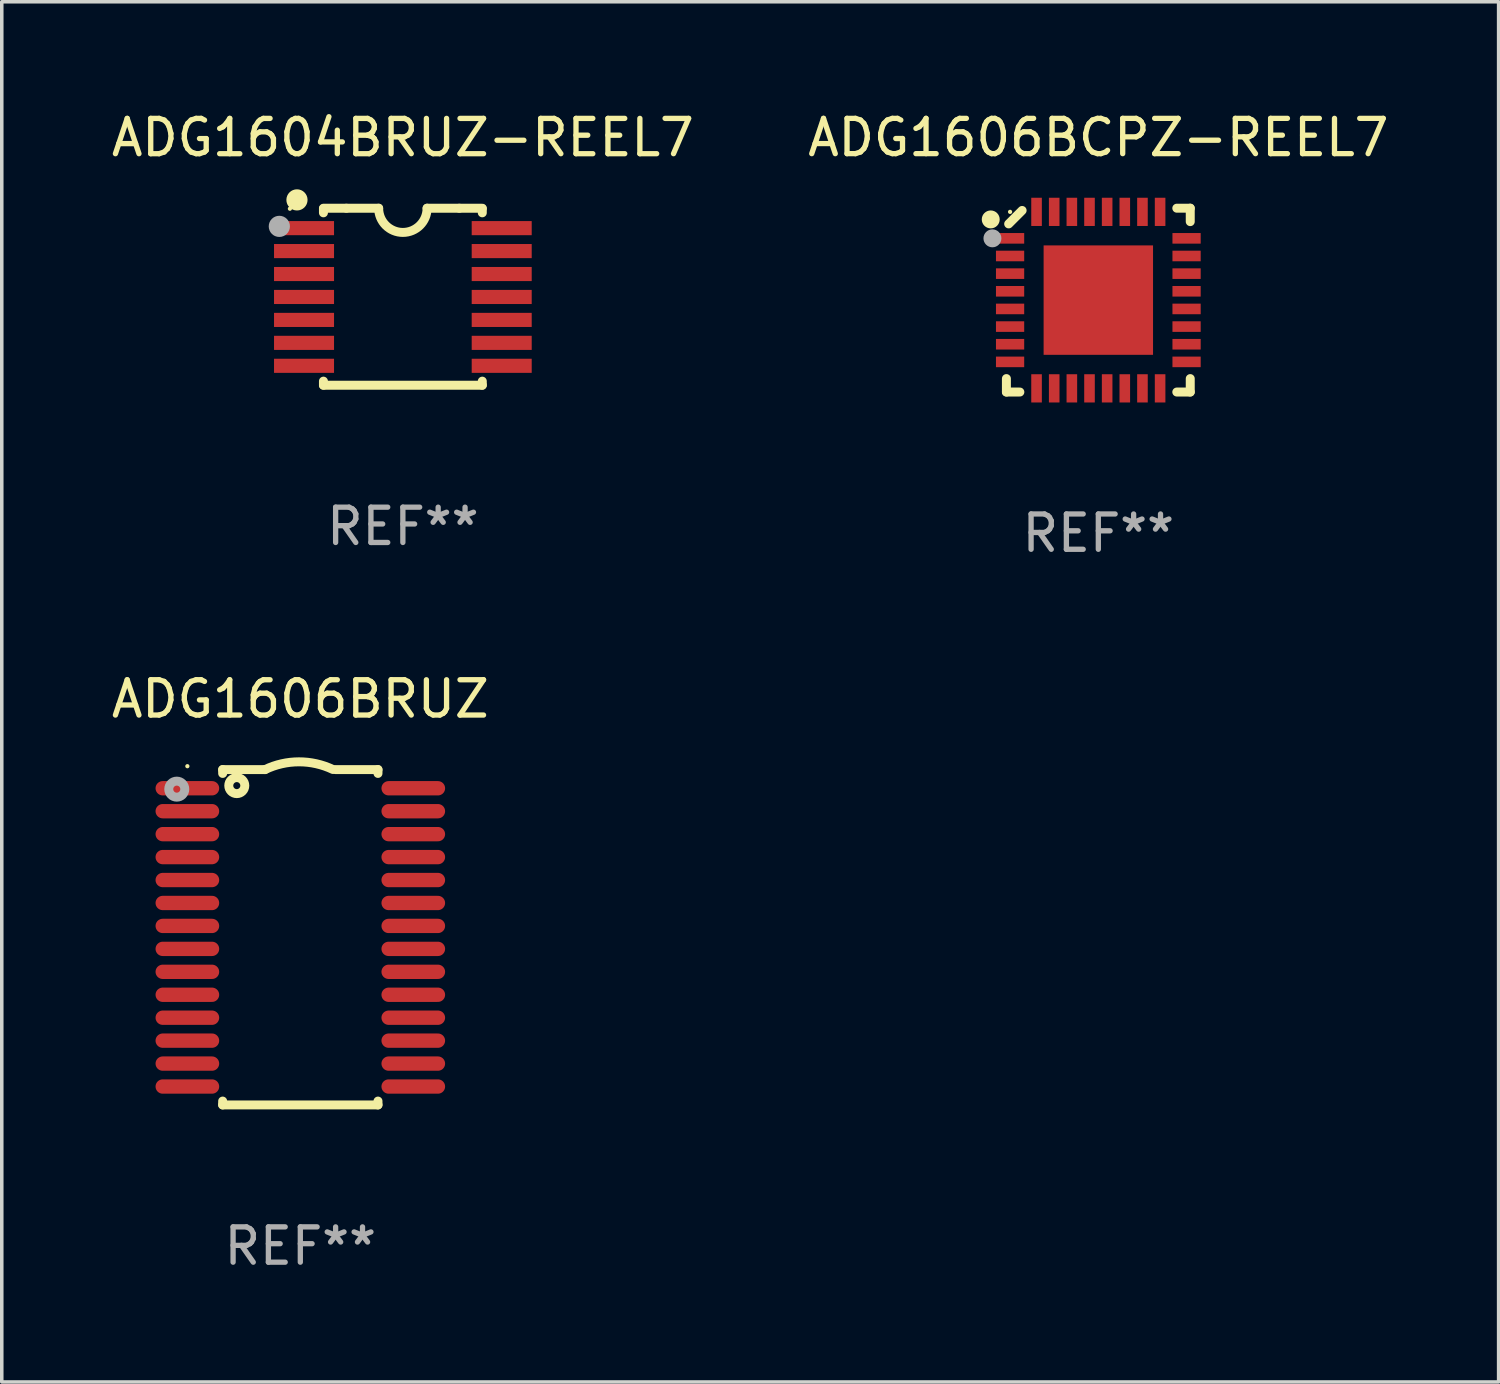
<source format=kicad_pcb>
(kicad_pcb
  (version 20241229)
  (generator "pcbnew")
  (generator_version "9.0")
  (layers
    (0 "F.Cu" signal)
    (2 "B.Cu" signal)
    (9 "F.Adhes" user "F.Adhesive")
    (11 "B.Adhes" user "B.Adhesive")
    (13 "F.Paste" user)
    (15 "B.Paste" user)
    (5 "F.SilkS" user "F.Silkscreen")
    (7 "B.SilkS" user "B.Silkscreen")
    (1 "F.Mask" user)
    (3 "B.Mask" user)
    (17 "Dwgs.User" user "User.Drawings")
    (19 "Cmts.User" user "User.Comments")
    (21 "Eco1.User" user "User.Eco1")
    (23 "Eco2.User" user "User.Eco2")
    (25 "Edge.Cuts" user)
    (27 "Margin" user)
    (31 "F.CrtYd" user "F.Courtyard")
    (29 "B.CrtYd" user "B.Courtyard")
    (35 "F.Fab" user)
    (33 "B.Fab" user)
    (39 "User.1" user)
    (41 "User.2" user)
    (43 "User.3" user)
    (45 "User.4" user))
  (footprint "ADG1604BRUZ-REEL7"
    (layer "F.Cu")
    (at 8.363 5.356)
    (property "Reference" "ADG1604BRUZ-REEL7" (at 0 -4.507 0) (layer "F.SilkS") (effects (font (size 1 1) (thickness 0.15))))
    (attr through_hole)
    (fp_line (start -2.25 -2.377) (end -2.25 -2.493) (stroke (width 0.254) (type solid)) (layer "F.SilkS"))
    (fp_line (start -2.25 2.507) (end -2.25 2.392) (stroke (width 0.254) (type solid)) (layer "F.SilkS"))
    (fp_line (start -1.6 -2.507) (end -2.25 -2.507) (stroke (width 0.254) (type solid)) (layer "F.SilkS"))
    (fp_line (start -1.6 -2.507) (end -0.686 -2.507) (stroke (width 0.254) (type solid)) (layer "F.SilkS"))
    (fp_line (start 0.686 -2.507) (end 1.6 -2.507) (stroke (width 0.254) (type solid)) (layer "F.SilkS"))
    (fp_line (start 1.6 -2.507) (end 2.25 -2.507) (stroke (width 0.254) (type solid)) (layer "F.SilkS"))
    (fp_line (start 2.25 -2.493) (end 2.25 -2.377) (stroke (width 0.254) (type solid)) (layer "F.SilkS"))
    (fp_line (start 2.25 2.392) (end 2.25 2.507) (stroke (width 0.254) (type solid)) (layer "F.SilkS"))
    (fp_line (start 2.25 2.507) (end -2.25 2.507) (stroke (width 0.254) (type solid)) (layer "F.SilkS"))
    (fp_arc (start 0.685852 -2.507303) (mid 0.000051 -1.821502) (end -0.68575 -2.507303) (stroke (width 0.254001) (type solid)) (layer "F.SilkS"))
    (fp_circle (center -3.2 -2.493) (end -3.17 -2.493) (stroke (width 0.06) (type solid)) (fill no) (layer "F.SilkS"))
    (fp_circle (center -3 -2.743) (end -2.85 -2.743) (stroke (width 0.3) (type solid)) (fill no) (layer "F.SilkS"))
    (fp_circle (center -3.5 -1.993) (end -3.35 -1.993) (stroke (width 0.3) (type solid)) (fill no) (layer "F.Fab"))
    (fp_text user "REF**" (at 0 6.507 0) (layer "F.Fab") (effects (font (size 1 1) (thickness 0.15))))
    (pad "1" smd rect (at -2.8 -1.943) (size 1.7 0.4) (layers "F.Cu" "F.Mask" "F.Paste"))
    (pad "2" smd rect (at -2.8 -1.293) (size 1.7 0.4) (layers "F.Cu" "F.Mask" "F.Paste"))
    (pad "3" smd rect (at -2.8 -0.643) (size 1.7 0.4) (layers "F.Cu" "F.Mask" "F.Paste"))
    (pad "4" smd rect (at -2.8 0.007) (size 1.7 0.4) (layers "F.Cu" "F.Mask" "F.Paste"))
    (pad "5" smd rect (at -2.8 0.657) (size 1.7 0.4) (layers "F.Cu" "F.Mask" "F.Paste"))
    (pad "6" smd rect (at -2.8 1.307) (size 1.7 0.4) (layers "F.Cu" "F.Mask" "F.Paste"))
    (pad "7" smd rect (at -2.8 1.957) (size 1.7 0.4) (layers "F.Cu" "F.Mask" "F.Paste"))
    (pad "8" smd rect (at 2.8 1.957) (size 1.7 0.4) (layers "F.Cu" "F.Mask" "F.Paste"))
    (pad "9" smd rect (at 2.8 1.307) (size 1.7 0.4) (layers "F.Cu" "F.Mask" "F.Paste"))
    (pad "10" smd rect (at 2.8 0.657) (size 1.7 0.4) (layers "F.Cu" "F.Mask" "F.Paste"))
    (pad "11" smd rect (at 2.8 0.007) (size 1.7 0.4) (layers "F.Cu" "F.Mask" "F.Paste"))
    (pad "12" smd rect (at 2.8 -0.643) (size 1.7 0.4) (layers "F.Cu" "F.Mask" "F.Paste"))
    (pad "13" smd rect (at 2.8 -1.293) (size 1.7 0.4) (layers "F.Cu" "F.Mask" "F.Paste"))
    (pad "14" smd rect (at 2.8 -1.943) (size 1.7 0.4) (layers "F.Cu" "F.Mask" "F.Paste")))
  (footprint "ADG1606BRUZ"
    (layer "F.Cu")
    (at 5.458 23.502)
    (property "Reference" "ADG1606BRUZ" (at 0 -6.75 0) (layer "F.SilkS") (effects (font (size 1 1) (thickness 0.15))))
    (attr through_hole)
    (fp_line (start -2.2 -4.75) (end -2.2 -4.641) (stroke (width 0.254) (type solid)) (layer "F.SilkS"))
    (fp_line (start -2.2 -4.75) (end -1 -4.75) (stroke (width 0.254) (type solid)) (layer "F.SilkS"))
    (fp_line (start -2.2 4.641) (end -2.2 4.75) (stroke (width 0.254) (type solid)) (layer "F.SilkS"))
    (fp_line (start -2.2 4.75) (end 2.2 4.75) (stroke (width 0.254) (type solid)) (layer "F.SilkS"))
    (fp_line (start 2.2 -4.75) (end 1 -4.75) (stroke (width 0.254) (type solid)) (layer "F.SilkS"))
    (fp_line (start 2.2 -4.75) (end 2.2 -4.641) (stroke (width 0.254) (type solid)) (layer "F.SilkS"))
    (fp_line (start 2.2 4.641) (end 2.2 4.75) (stroke (width 0.254) (type solid)) (layer "F.SilkS"))
    (fp_arc (start -1.000025 -4.750013) (mid -0.040073 -4.969719) (end 0.920777 -4.753975) (stroke (width 0.254001) (type solid)) (layer "F.SilkS"))
    (fp_circle (center -3.2 -4.846) (end -3.17 -4.846) (stroke (width 0.06) (type solid)) (fill no) (layer "F.SilkS"))
    (fp_circle (center -1.8 -4.296) (end -1.7 -4.296) (stroke (width 0.254) (type solid)) (fill no) (layer "F.SilkS"))
    (fp_circle (center -3.5 -4.196) (end -3.4 -4.196) (stroke (width 0.254) (type solid)) (fill no) (layer "F.Fab"))
    (fp_text user "REF**" (at 0 8.75 0) (layer "F.Fab") (effects (font (size 1 1) (thickness 0.15))))
    (pad "1" smd oval (at -3.2 -4.221) (size 1.803 0.406) (layers "F.Cu" "F.Mask" "F.Paste"))
    (pad "2" smd oval (at -3.2 -3.571) (size 1.803 0.406) (layers "F.Cu" "F.Mask" "F.Paste"))
    (pad "3" smd oval (at -3.2 -2.921) (size 1.803 0.406) (layers "F.Cu" "F.Mask" "F.Paste"))
    (pad "4" smd oval (at -3.2 -2.271) (size 1.803 0.406) (layers "F.Cu" "F.Mask" "F.Paste"))
    (pad "5" smd oval (at -3.2 -1.621) (size 1.803 0.406) (layers "F.Cu" "F.Mask" "F.Paste"))
    (pad "6" smd oval (at -3.2 -0.971) (size 1.803 0.406) (layers "F.Cu" "F.Mask" "F.Paste"))
    (pad "7" smd oval (at -3.2 -0.321) (size 1.803 0.406) (layers "F.Cu" "F.Mask" "F.Paste"))
    (pad "8" smd oval (at -3.2 0.329) (size 1.803 0.406) (layers "F.Cu" "F.Mask" "F.Paste"))
    (pad "9" smd oval (at -3.2 0.979) (size 1.803 0.406) (layers "F.Cu" "F.Mask" "F.Paste"))
    (pad "10" smd oval (at -3.2 1.629) (size 1.803 0.406) (layers "F.Cu" "F.Mask" "F.Paste"))
    (pad "11" smd oval (at -3.2 2.279) (size 1.803 0.406) (layers "F.Cu" "F.Mask" "F.Paste"))
    (pad "12" smd oval (at -3.2 2.929) (size 1.803 0.406) (layers "F.Cu" "F.Mask" "F.Paste"))
    (pad "13" smd oval (at -3.2 3.579) (size 1.803 0.406) (layers "F.Cu" "F.Mask" "F.Paste"))
    (pad "14" smd oval (at -3.2 4.229) (size 1.803 0.406) (layers "F.Cu" "F.Mask" "F.Paste"))
    (pad "15" smd oval (at 3.2 4.229) (size 1.803 0.406) (layers "F.Cu" "F.Mask" "F.Paste"))
    (pad "16" smd oval (at 3.2 3.579) (size 1.803 0.406) (layers "F.Cu" "F.Mask" "F.Paste"))
    (pad "17" smd oval (at 3.2 2.929) (size 1.803 0.406) (layers "F.Cu" "F.Mask" "F.Paste"))
    (pad "18" smd oval (at 3.2 2.279) (size 1.803 0.406) (layers "F.Cu" "F.Mask" "F.Paste"))
    (pad "19" smd oval (at 3.2 1.629) (size 1.803 0.406) (layers "F.Cu" "F.Mask" "F.Paste"))
    (pad "20" smd oval (at 3.2 0.979) (size 1.803 0.406) (layers "F.Cu" "F.Mask" "F.Paste"))
    (pad "21" smd oval (at 3.2 0.329) (size 1.803 0.406) (layers "F.Cu" "F.Mask" "F.Paste"))
    (pad "22" smd oval (at 3.2 -0.321) (size 1.803 0.406) (layers "F.Cu" "F.Mask" "F.Paste"))
    (pad "23" smd oval (at 3.2 -0.971) (size 1.803 0.406) (layers "F.Cu" "F.Mask" "F.Paste"))
    (pad "24" smd oval (at 3.2 -1.621) (size 1.803 0.406) (layers "F.Cu" "F.Mask" "F.Paste"))
    (pad "25" smd oval (at 3.2 -2.271) (size 1.803 0.406) (layers "F.Cu" "F.Mask" "F.Paste"))
    (pad "26" smd oval (at 3.2 -2.921) (size 1.803 0.406) (layers "F.Cu" "F.Mask" "F.Paste"))
    (pad "27" smd oval (at 3.2 -3.571) (size 1.803 0.406) (layers "F.Cu" "F.Mask" "F.Paste"))
    (pad "28" smd oval (at 3.2 -4.221) (size 1.803 0.406) (layers "F.Cu" "F.Mask" "F.Paste")))
  (footprint "ADG1606BCPZ-REEL7"
    (layer "F.Cu")
    (at 28.065 5.452)
    (property "Reference" "ADG1606BCPZ-REEL7" (at 0 -4.604 0) (layer "F.SilkS") (effects (font (size 1 1) (thickness 0.15))))
    (attr through_hole)
    (fp_line (start -2.604 2.223) (end -2.604 2.604) (stroke (width 0.254) (type solid)) (layer "F.SilkS"))
    (fp_line (start -2.604 2.604) (end -2.223 2.604) (stroke (width 0.254) (type solid)) (layer "F.SilkS"))
    (fp_line (start -2.159 -2.54) (end -2.54 -2.159) (stroke (width 0.254) (type solid)) (layer "F.SilkS"))
    (fp_line (start 2.223 2.604) (end 2.604 2.604) (stroke (width 0.254) (type solid)) (layer "F.SilkS"))
    (fp_line (start 2.604 -2.604) (end 2.223 -2.604) (stroke (width 0.254) (type solid)) (layer "F.SilkS"))
    (fp_line (start 2.604 -2.223) (end 2.604 -2.604) (stroke (width 0.254) (type solid)) (layer "F.SilkS"))
    (fp_line (start 2.604 2.604) (end 2.604 2.223) (stroke (width 0.254) (type solid)) (layer "F.SilkS"))
    (fp_circle (center -3.048 -2.286) (end -2.921 -2.286) (stroke (width 0.254) (type solid)) (fill no) (layer "F.SilkS"))
    (fp_circle (center -2.5 -2.5) (end -2.47 -2.5) (stroke (width 0.06) (type solid)) (fill no) (layer "F.SilkS"))
    (fp_circle (center -3 -1.75) (end -2.873 -1.75) (stroke (width 0.254) (type solid)) (fill no) (layer "F.Fab"))
    (fp_text user "REF**" (at 0 6.604 0) (layer "F.Fab") (effects (font (size 1 1) (thickness 0.15))))
    (pad "1" smd rect (at -2.5 -1.75 270) (size 0.3 0.8) (layers "F.Cu" "F.Mask" "F.Paste"))
    (pad "2" smd rect (at -2.5 -1.25 270) (size 0.3 0.8) (layers "F.Cu" "F.Mask" "F.Paste"))
    (pad "3" smd rect (at -2.5 -0.75 270) (size 0.3 0.8) (layers "F.Cu" "F.Mask" "F.Paste"))
    (pad "4" smd rect (at -2.5 -0.25 270) (size 0.3 0.8) (layers "F.Cu" "F.Mask" "F.Paste"))
    (pad "5" smd rect (at -2.5 0.25 270) (size 0.3 0.8) (layers "F.Cu" "F.Mask" "F.Paste"))
    (pad "6" smd rect (at -2.5 0.75 270) (size 0.3 0.8) (layers "F.Cu" "F.Mask" "F.Paste"))
    (pad "7" smd rect (at -2.5 1.25 270) (size 0.3 0.8) (layers "F.Cu" "F.Mask" "F.Paste"))
    (pad "8" smd rect (at -2.5 1.75 270) (size 0.3 0.8) (layers "F.Cu" "F.Mask" "F.Paste"))
    (pad "9" smd rect (at -1.75 2.5 270) (size 0.8 0.3) (layers "F.Cu" "F.Mask" "F.Paste"))
    (pad "10" smd rect (at -1.25 2.5 270) (size 0.8 0.3) (layers "F.Cu" "F.Mask" "F.Paste"))
    (pad "11" smd rect (at -0.75 2.5 270) (size 0.8 0.3) (layers "F.Cu" "F.Mask" "F.Paste"))
    (pad "12" smd rect (at -0.25 2.5 270) (size 0.8 0.3) (layers "F.Cu" "F.Mask" "F.Paste"))
    (pad "13" smd rect (at 0.25 2.5 270) (size 0.8 0.3) (layers "F.Cu" "F.Mask" "F.Paste"))
    (pad "14" smd rect (at 0.75 2.5 270) (size 0.8 0.3) (layers "F.Cu" "F.Mask" "F.Paste"))
    (pad "15" smd rect (at 1.25 2.5 270) (size 0.8 0.3) (layers "F.Cu" "F.Mask" "F.Paste"))
    (pad "16" smd rect (at 1.75 2.5 270) (size 0.8 0.3) (layers "F.Cu" "F.Mask" "F.Paste"))
    (pad "17" smd rect (at 2.5 1.75 270) (size 0.3 0.8) (layers "F.Cu" "F.Mask" "F.Paste"))
    (pad "18" smd rect (at 2.5 1.25 270) (size 0.3 0.8) (layers "F.Cu" "F.Mask" "F.Paste"))
    (pad "19" smd rect (at 2.5 0.75 270) (size 0.3 0.8) (layers "F.Cu" "F.Mask" "F.Paste"))
    (pad "20" smd rect (at 2.5 0.25 270) (size 0.3 0.8) (layers "F.Cu" "F.Mask" "F.Paste"))
    (pad "21" smd rect (at 2.5 -0.25 270) (size 0.3 0.8) (layers "F.Cu" "F.Mask" "F.Paste"))
    (pad "22" smd rect (at 2.5 -0.75 270) (size 0.3 0.8) (layers "F.Cu" "F.Mask" "F.Paste"))
    (pad "23" smd rect (at 2.5 -1.25 270) (size 0.3 0.8) (layers "F.Cu" "F.Mask" "F.Paste"))
    (pad "24" smd rect (at 2.5 -1.75 270) (size 0.3 0.8) (layers "F.Cu" "F.Mask" "F.Paste"))
    (pad "25" smd rect (at 1.75 -2.5 270) (size 0.8 0.3) (layers "F.Cu" "F.Mask" "F.Paste"))
    (pad "26" smd rect (at 1.25 -2.5 270) (size 0.8 0.3) (layers "F.Cu" "F.Mask" "F.Paste"))
    (pad "27" smd rect (at 0.75 -2.5 270) (size 0.8 0.3) (layers "F.Cu" "F.Mask" "F.Paste"))
    (pad "28" smd rect (at 0.25 -2.5 270) (size 0.8 0.3) (layers "F.Cu" "F.Mask" "F.Paste"))
    (pad "29" smd rect (at -0.25 -2.5 270) (size 0.8 0.3) (layers "F.Cu" "F.Mask" "F.Paste"))
    (pad "30" smd rect (at -0.75 -2.5 270) (size 0.8 0.3) (layers "F.Cu" "F.Mask" "F.Paste"))
    (pad "31" smd rect (at -1.25 -2.5 270) (size 0.8 0.3) (layers "F.Cu" "F.Mask" "F.Paste"))
    (pad "32" smd rect (at -1.75 -2.5 270) (size 0.8 0.3) (layers "F.Cu" "F.Mask" "F.Paste"))
    (pad "33" smd rect (at 0.000025 0 270) (size 3.1 3.1) (layers "F.Cu" "F.Mask" "F.Paste")))
  (gr_rect
    (start -3 -3)
    (end 39.405 36.1)
    (stroke (width 0.1) (type default))
    (fill no)
    (layer "Edge.Cuts")))
</source>
